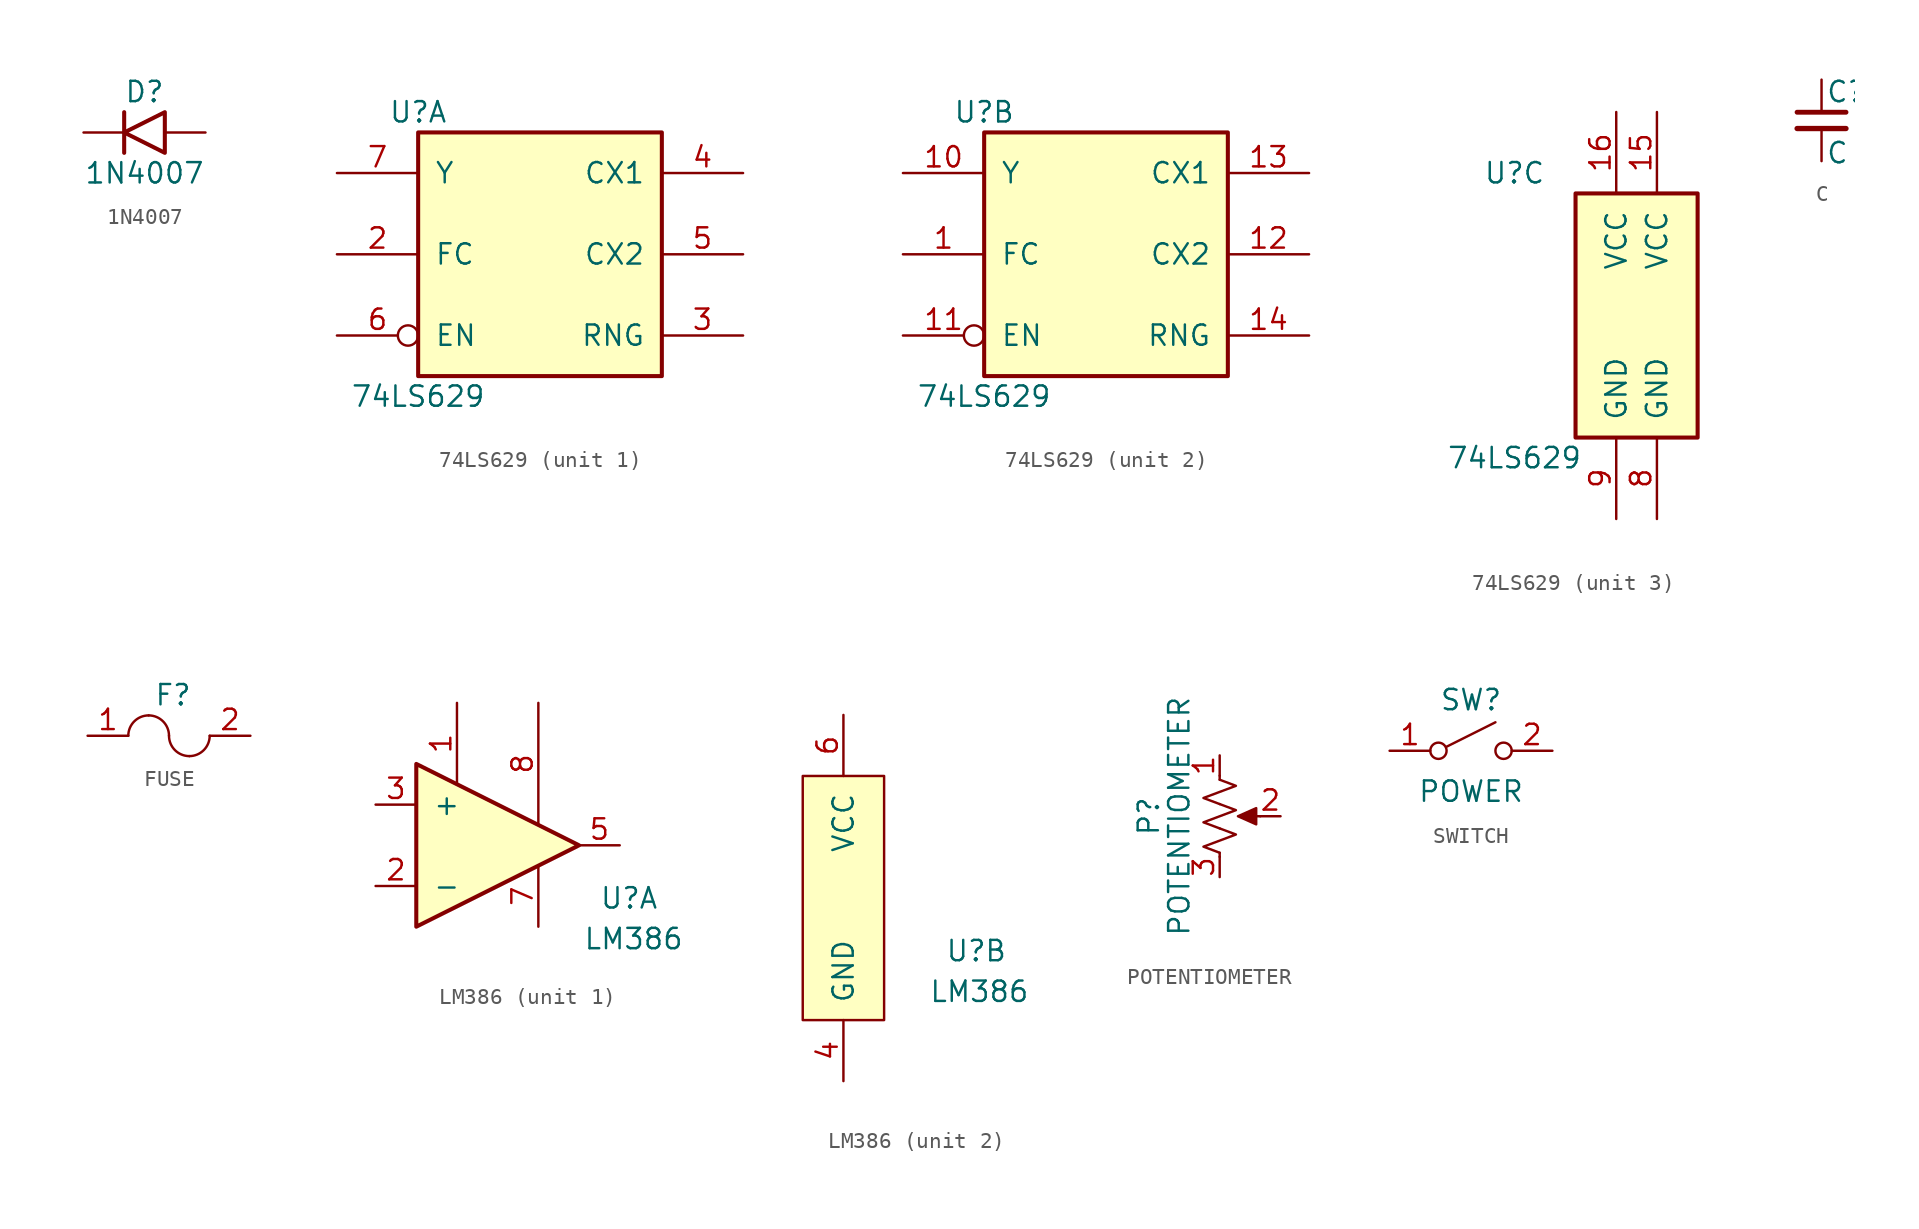
<source format=kicad_sym>
(kicad_symbol_lib
  (version 20241209)
  (generator "kicad_symbol_editor")
  (generator_version "9.0")
  (symbol "1N4007"
    (pin_numbers
      (hide yes))
    (pin_names
      (hide yes))
    (property "Reference" "D"
      (at 0 2.54 0)
      (effects (font (size 1.27 1.27))))
    (property "Value" "1N4007"
      (at 0 -2.54 0)
      (effects (font (size 1.27 1.27))))
    (symbol "1N4007_0_1"
      (polyline (pts (xy -1.27 1.27) (xy -1.27 -1.27)) (stroke (width 0.254) (type default)) (fill (type none)))
      (polyline (pts (xy 1.27 1.27) (xy 1.27 -1.27) (xy -1.27 0) (xy 1.27 1.27)) (stroke (width 0.254) (type default)) (fill (type none))))
    (symbol "1N4007_1_1"
      (pin passive line (at -3.81 0 0) (length 2.54) (name "K" (effects (font (size 1.27 1.27)))) (number "1" (effects (font (size 1.27 1.27)))))
      (pin passive line (at 3.81 0 180) (length 2.54) (name "A" (effects (font (size 1.27 1.27)))) (number "2" (effects (font (size 1.27 1.27)))))))
  (symbol "74LS629"
    (pin_names
      (offset 1.016))
    (property "Reference" "U"
      (at -7.62 8.89 0)
      (effects (font (size 1.27 1.27))))
    (property "Value" "74LS629"
      (at -7.62 -8.89 0)
      (effects (font (size 1.27 1.27))))
    (property "ki_locked" ""
      (at 0 0 0)
      (effects (font (size 1.27 1.27))))
    (symbol "74LS629_1_0"
      (pin passive line (at -12.7 5.08 0) (length 5.08) (name "Y" (effects (font (size 1.27 1.27)))) (number "7" (effects (font (size 1.27 1.27)))))
      (pin passive line (at -12.7 0 0) (length 5.08) (name "FC" (effects (font (size 1.27 1.27)))) (number "2" (effects (font (size 1.27 1.27)))))
      (pin passive inverted (at -12.7 -5.08 0) (length 5.08) (name "EN" (effects (font (size 1.27 1.27)))) (number "6" (effects (font (size 1.27 1.27)))))
      (pin passive line (at 12.7 5.08 180) (length 5.08) (name "CX1" (effects (font (size 1.27 1.27)))) (number "4" (effects (font (size 1.27 1.27)))))
      (pin passive line (at 12.7 0 180) (length 5.08) (name "CX2" (effects (font (size 1.27 1.27)))) (number "5" (effects (font (size 1.27 1.27)))))
      (pin passive line (at 12.7 -5.08 180) (length 5.08) (name "RNG" (effects (font (size 1.27 1.27)))) (number "3" (effects (font (size 1.27 1.27))))))
    (symbol "74LS629_1_1"
      (rectangle (start -7.62 7.62) (end 7.62 -7.62) (stroke (width 0.254) (type default)) (fill (type background))))
    (symbol "74LS629_2_0"
      (pin passive line (at -12.7 5.08 0) (length 5.08) (name "Y" (effects (font (size 1.27 1.27)))) (number "10" (effects (font (size 1.27 1.27)))))
      (pin passive line (at -12.7 0 0) (length 5.08) (name "FC" (effects (font (size 1.27 1.27)))) (number "1" (effects (font (size 1.27 1.27)))))
      (pin passive inverted (at -12.7 -5.08 0) (length 5.08) (name "EN" (effects (font (size 1.27 1.27)))) (number "11" (effects (font (size 1.27 1.27)))))
      (pin passive line (at 12.7 5.08 180) (length 5.08) (name "CX1" (effects (font (size 1.27 1.27)))) (number "13" (effects (font (size 1.27 1.27)))))
      (pin passive line (at 12.7 0 180) (length 5.08) (name "CX2" (effects (font (size 1.27 1.27)))) (number "12" (effects (font (size 1.27 1.27)))))
      (pin passive line (at 12.7 -5.08 180) (length 5.08) (name "RNG" (effects (font (size 1.27 1.27)))) (number "14" (effects (font (size 1.27 1.27))))))
    (symbol "74LS629_2_1"
      (rectangle (start -7.62 7.62) (end 7.62 -7.62) (stroke (width 0.254) (type default)) (fill (type background))))
    (symbol "74LS629_3_0"
      (pin passive line (at -1.27 12.7 270) (length 5.08) (name "VCC" (effects (font (size 1.27 1.27)))) (number "16" (effects (font (size 1.27 1.27)))))
      (pin passive line (at -1.27 -12.7 90) (length 5.08) (name "GND" (effects (font (size 1.27 1.27)))) (number "9" (effects (font (size 1.27 1.27)))))
      (pin passive line (at 1.27 12.7 270) (length 5.08) (name "VCC" (effects (font (size 1.27 1.27)))) (number "15" (effects (font (size 1.27 1.27)))))
      (pin passive line (at 1.27 -12.7 90) (length 5.08) (name "GND" (effects (font (size 1.27 1.27)))) (number "8" (effects (font (size 1.27 1.27))))))
    (symbol "74LS629_3_1"
      (rectangle (start -3.81 7.62) (end 3.81 -7.62) (stroke (width 0.254) (type default)) (fill (type background)))))
  (symbol "C"
    (pin_numbers
      (hide yes))
    (pin_names
      (offset 0.254)
      (hide yes))
    (property "Reference" "C"
      (at 0.254 1.778 0)
      (effects (font (size 1.27 1.27)) (justify left)))
    (property "Value" "C"
      (at 0.254 -2.032 0)
      (effects (font (size 1.27 1.27)) (justify left)))
    (symbol "C_0_1"
      (polyline (pts (xy -1.524 0.508) (xy 1.524 0.508)) (stroke (width 0.305) (type default)) (fill (type none)))
      (polyline (pts (xy -1.524 -0.508) (xy 1.524 -0.508)) (stroke (width 0.33) (type default)) (fill (type none))))
    (symbol "C_1_1"
      (pin passive line (at 0 2.54 270) (length 2.032) (name "~" (effects (font (size 1.27 1.27)))) (number "1" (effects (font (size 1.27 1.27)))))
      (pin passive line (at 0 -2.54 90) (length 2.032) (name "~" (effects (font (size 1.27 1.27)))) (number "2" (effects (font (size 1.27 1.27)))))))
  (symbol "FUSE"
    (property "Reference" "F"
      (at 0.254 2.54 0)
      (effects (font (size 1.27 1.27))))
    (property "Value" ""
      (at 0 0 0)
      (effects (font (size 1.27 1.27))))
    (symbol "FUSE_0_1"
      (arc (start -1.27 1.27) (mid -0.372 0.898) (end 0 0) (stroke (width 0) (type default)) (fill (type none)))
      (arc (start -2.54 0) (mid -2.168 0.898) (end -1.27 1.27) (stroke (width 0) (type default)) (fill (type none)))
      (arc (start 1.27 -1.27) (mid 0.372 -0.898) (end 0 0) (stroke (width 0) (type default)) (fill (type none)))
      (arc (start 2.54 0) (mid 2.168 -0.898) (end 1.27 -1.27) (stroke (width 0) (type default)) (fill (type none))))
    (symbol "FUSE_1_1"
      (pin passive line (at -5.08 0 0) (length 2.54) (name "" (effects (font (size 1.27 1.27)))) (number "1" (effects (font (size 1.27 1.27)))))
      (pin passive line (at 5.08 0 180) (length 2.54) (name "" (effects (font (size 1.27 1.27)))) (number "2" (effects (font (size 1.27 1.27)))))))
  (symbol "LM386"
    (pin_names
      (offset 1.016))
    (property "Reference" "U"
      (at 6.35 -3.302 0)
      (effects (font (size 1.27 1.27)) (justify left)))
    (property "Value" "LM386"
      (at 5.334 -5.842 0)
      (effects (font (size 1.27 1.27)) (justify left)))
    (property "ki_locked" ""
      (at 0 0 0)
      (effects (font (size 1.27 1.27))))
    (symbol "LM386_1_1"
      (polyline (pts (xy 5.08 0) (xy -5.08 5.08) (xy -5.08 -5.08) (xy 5.08 0)) (stroke (width 0.254) (type solid)) (fill (type background)))
      (pin passive line (at -7.62 2.54 0) (length 2.54) (name "+" (effects (font (size 1.27 1.27)))) (number "3" (effects (font (size 1.27 1.27)))))
      (pin passive line (at -7.62 -2.54 0) (length 2.54) (name "-" (effects (font (size 1.27 1.27)))) (number "2" (effects (font (size 1.27 1.27)))))
      (pin passive line (at -2.54 8.89 270) (length 5.08) (name "" (effects (font (size 0.508 0.508)))) (number "1" (effects (font (size 1.27 1.27)))))
      (pin passive line (at 2.54 8.89 270) (length 7.62) (name "" (effects (font (size 0.508 0.508)))) (number "8" (effects (font (size 1.27 1.27)))))
      (pin passive line (at 2.54 -5.08 90) (length 3.81) (name "" (effects (font (size 0.508 0.508)))) (number "7" (effects (font (size 1.27 1.27)))))
      (pin passive line (at 7.62 0 180) (length 2.54) (name "~" (effects (font (size 1.27 1.27)))) (number "5" (effects (font (size 1.27 1.27))))))
    (symbol "LM386_2_1"
      (rectangle (start -2.54 7.62) (end 2.54 -7.62) (stroke (width 0) (type solid)) (fill (type background)))
      (pin passive line (at 0 11.43 270) (length 3.81) (name "VCC" (effects (font (size 1.27 1.27)))) (number "6" (effects (font (size 1.27 1.27)))))
      (pin passive line (at 0 -11.43 90) (length 3.81) (name "GND" (effects (font (size 1.27 1.27)))) (number "4" (effects (font (size 1.27 1.27)))))))
  (symbol "POTENTIOMETER"
    (pin_names
      (offset 1.016)
      (hide yes))
    (property "Reference" "P"
      (at -4.445 0 90)
      (effects (font (size 1.27 1.27))))
    (property "Value" "POTENTIOMETER"
      (at -2.54 0 90)
      (effects (font (size 1.27 1.27))))
    (symbol "POTENTIOMETER_0_1"
      (polyline (pts (xy 0 2.54) (xy 0 2.286)) (stroke (width 0) (type default)) (fill (type none)))
      (polyline (pts (xy 0 2.286) (xy 1.016 1.905) (xy 0 1.524) (xy -1.016 1.143) (xy 0 0.762)) (stroke (width 0) (type default)) (fill (type none)))
      (polyline (pts (xy 0 0.762) (xy 1.016 0.381) (xy 0 0) (xy -1.016 -0.381) (xy 0 -0.762)) (stroke (width 0) (type default)) (fill (type none)))
      (polyline (pts (xy 0 -0.762) (xy 1.016 -1.143) (xy 0 -1.524) (xy -1.016 -1.905) (xy 0 -2.286)) (stroke (width 0) (type default)) (fill (type none)))
      (polyline (pts (xy 0 -2.286) (xy 0 -2.54)) (stroke (width 0) (type default)) (fill (type none)))
      (polyline (pts (xy 1.143 0) (xy 2.286 0.508) (xy 2.286 -0.508) (xy 1.143 0)) (stroke (width 0) (type default)) (fill (type outline)))
      (polyline (pts (xy 2.54 0) (xy 1.524 0)) (stroke (width 0) (type default)) (fill (type none))))
    (symbol "POTENTIOMETER_1_1"
      (pin passive line (at 0 3.81 270) (length 1.27) (name "1" (effects (font (size 1.27 1.27)))) (number "1" (effects (font (size 1.27 1.27)))))
      (pin passive line (at 0 -3.81 90) (length 1.27) (name "3" (effects (font (size 1.27 1.27)))) (number "3" (effects (font (size 1.27 1.27)))))
      (pin passive line (at 3.81 0 180) (length 1.27) (name "2" (effects (font (size 1.27 1.27)))) (number "2" (effects (font (size 1.27 1.27)))))))
  (symbol "SWITCH"
    (pin_names
      (offset 0)
      (hide yes))
    (property "Reference" "SW"
      (at 0 3.175 0)
      (effects (font (size 1.27 1.27))))
    (property "Value" "POWER"
      (at 0 -2.54 0)
      (effects (font (size 1.27 1.27))))
    (symbol "SWITCH_0_0"
      (circle (center -2.032 0) (radius 0.508) (stroke (width 0) (type default)) (fill (type none)))
      (polyline (pts (xy -1.524 0.254) (xy 1.524 1.778)) (stroke (width 0) (type default)) (fill (type none)))
      (circle (center 2.032 0) (radius 0.508) (stroke (width 0) (type default)) (fill (type none))))
    (symbol "SWITCH_1_1"
      (pin passive line (at -5.08 0 0) (length 2.54) (name "A" (effects (font (size 1.27 1.27)))) (number "1" (effects (font (size 1.27 1.27)))))
      (pin passive line (at 5.08 0 180) (length 2.54) (name "B" (effects (font (size 1.27 1.27)))) (number "2" (effects (font (size 1.27 1.27))))))))
</source>
